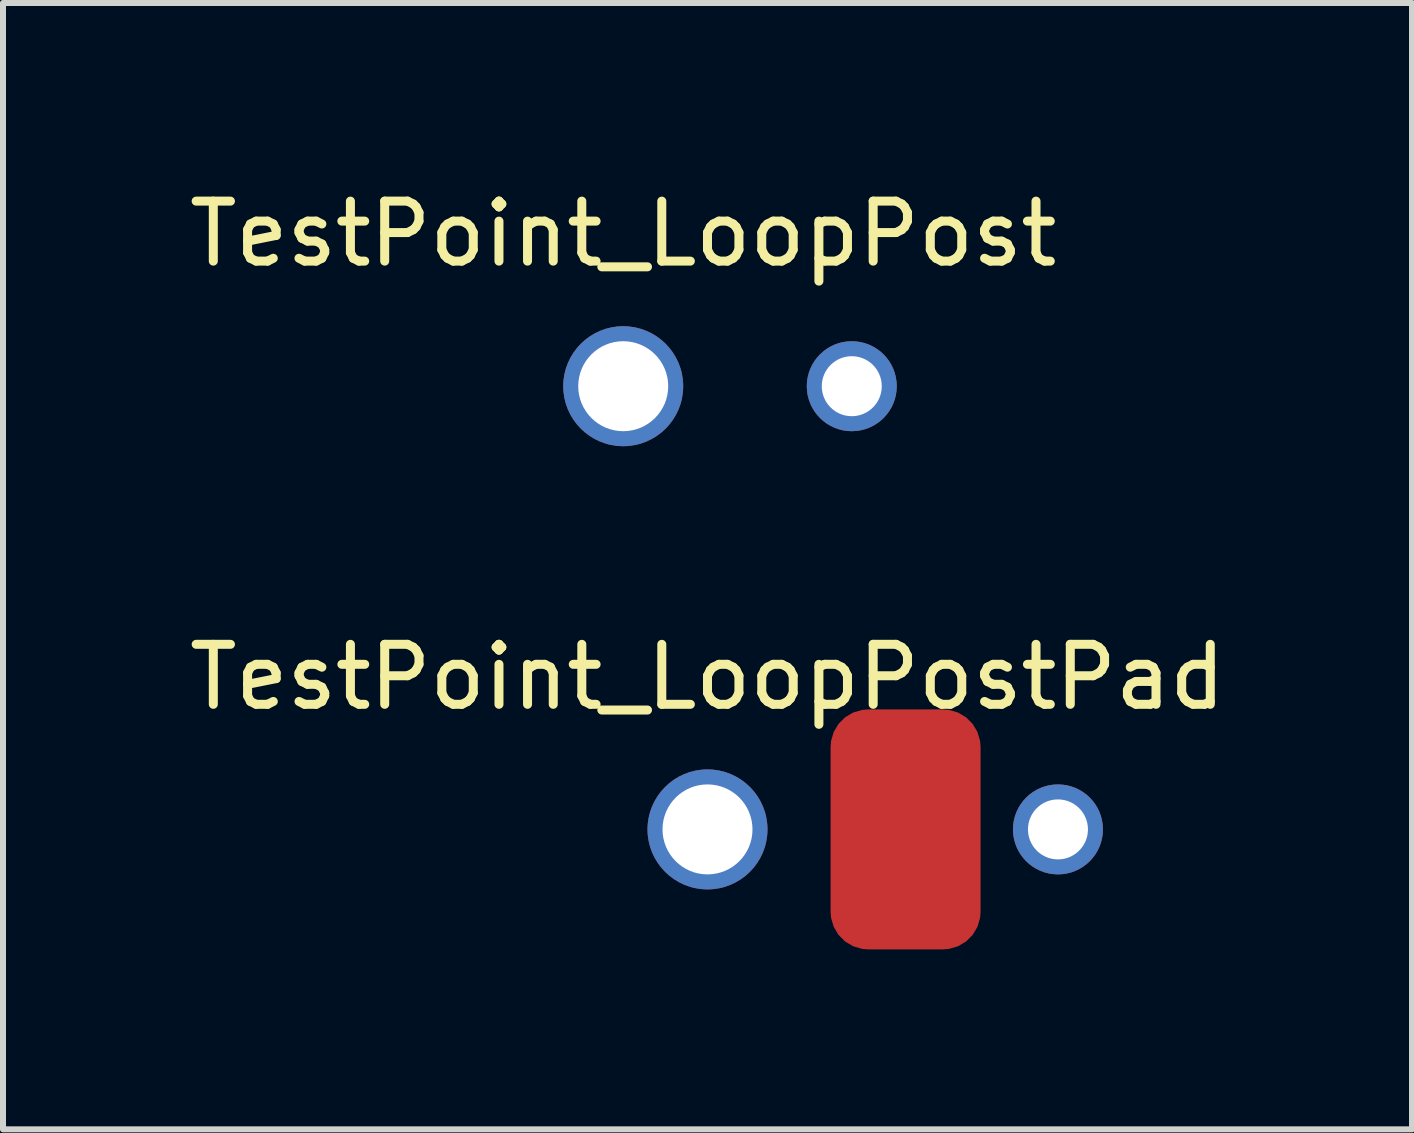
<source format=kicad_pcb>
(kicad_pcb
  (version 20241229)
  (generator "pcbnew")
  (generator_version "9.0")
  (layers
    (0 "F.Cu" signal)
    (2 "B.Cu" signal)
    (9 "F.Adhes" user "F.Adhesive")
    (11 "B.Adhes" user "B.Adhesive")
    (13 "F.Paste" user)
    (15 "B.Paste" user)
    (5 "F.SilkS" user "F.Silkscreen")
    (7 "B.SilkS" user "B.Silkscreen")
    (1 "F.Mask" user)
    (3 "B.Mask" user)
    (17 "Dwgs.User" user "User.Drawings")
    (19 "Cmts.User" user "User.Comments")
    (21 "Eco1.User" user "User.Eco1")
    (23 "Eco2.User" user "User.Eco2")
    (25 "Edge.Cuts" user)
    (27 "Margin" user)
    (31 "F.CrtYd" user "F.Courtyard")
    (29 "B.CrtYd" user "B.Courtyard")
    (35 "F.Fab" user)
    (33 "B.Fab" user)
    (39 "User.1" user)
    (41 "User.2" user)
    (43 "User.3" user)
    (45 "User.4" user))
  (footprint "TestPoint_LoopPostPad"
    (layer "F.Cu")
    (at 8.744 10.776)
    (property "Reference" "TestPoint_LoopPostPad" (at 0 -2.54 0) (layer "F.SilkS") (effects (font (size 1 1) (thickness 0.15))))
    (attr through_hole)
    (pad "1" thru_hole circle (at 0 0) (size 2 2) (drill 1.5) (layers "*.Cu" "*.Mask"))
    (pad "1" smd roundrect (at 3.302 0) (size 2.5 4) (layers "F.Cu" "F.Mask" "F.Paste") (roundrect_rratio 0.25))
    (pad "1" thru_hole circle (at 5.842 0) (size 1.5 1.5) (drill 1) (layers "*.Cu" "*.Mask")))
  (footprint "TestPoint_LoopPost"
    (layer "F.Cu")
    (at 7.339 3.388)
    (property "Reference" "TestPoint_LoopPost" (at 0 -2.54 0) (layer "F.SilkS") (effects (font (size 1 1) (thickness 0.15))))
    (attr through_hole)
    (pad "1" thru_hole circle (at 0 0) (size 2 2) (drill 1.5) (layers "*.Cu" "*.Mask"))
    (pad "1" thru_hole circle (at 3.81 0) (size 1.5 1.5) (drill 1) (layers "*.Cu" "*.Mask")))
  (gr_rect
    (start -3 -3)
    (end 20.488 15.776)
    (stroke (width 0.1) (type default))
    (fill no)
    (layer "Edge.Cuts")))
</source>
